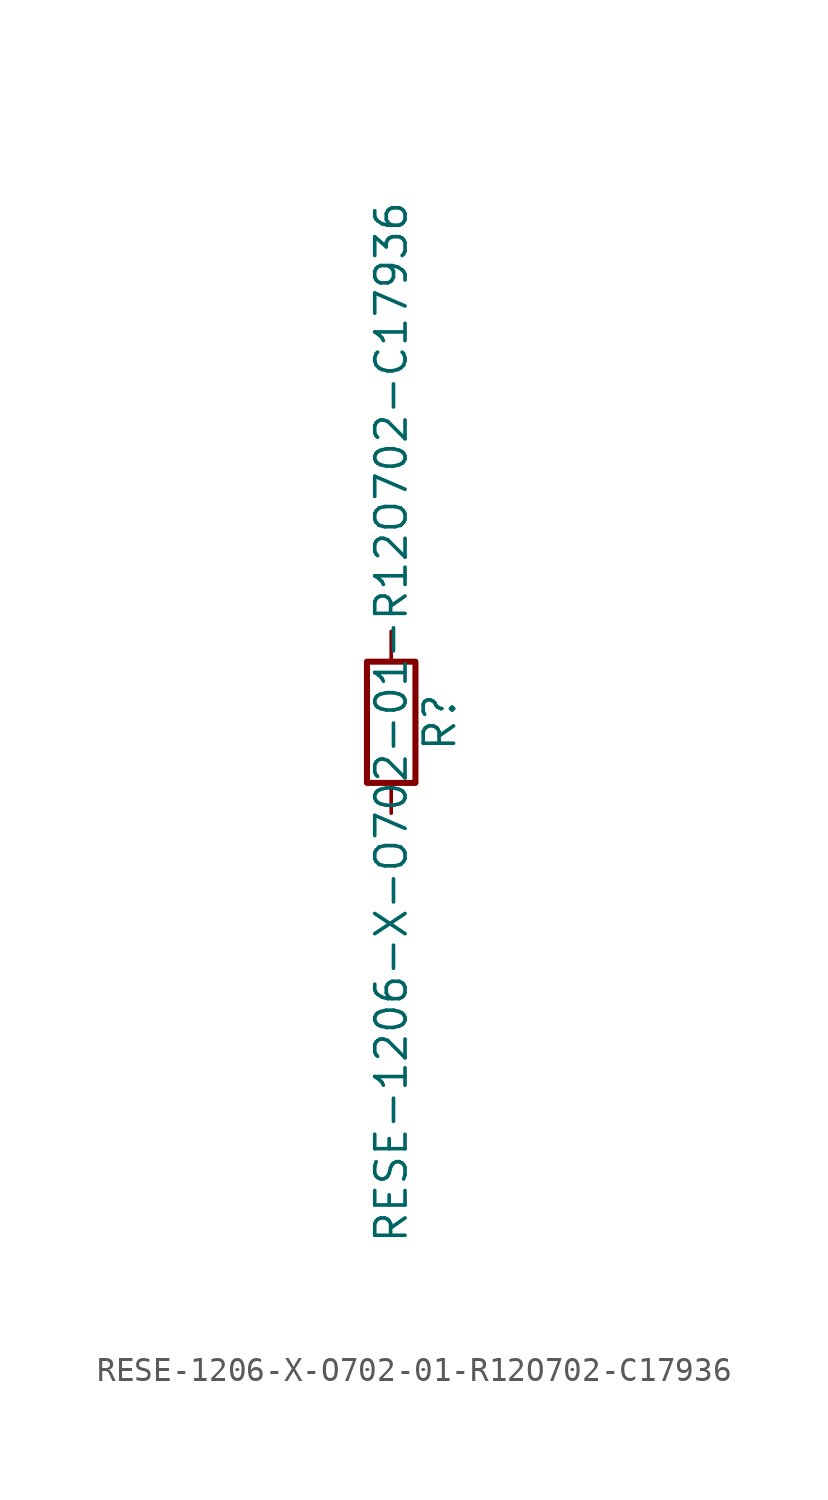
<source format=kicad_sym>
(kicad_symbol_lib
  (version 20211014)
  (generator kicad_symbol_editor)
  (symbol "RESE-1206-X-O702-01-R12O702-C17936"
    (pin_numbers hide)
    (pin_names
      (offset 0))
    (property "Reference" "R"
      (at 2.032 0 90)
      (effects (font (size 1.27 1.27))))
    (property "Value" "RESE-1206-X-O702-01-R12O702-C17936"
      (at 0 0 90)
      (effects (font (size 1.27 1.27))))
    (symbol "RESE-1206-X-O702-01-R12O702-C17936_0_1"
      (rectangle (start -1.016 -2.54) (end 1.016 2.54) (stroke (width 0.254) (type default) (color 0 0 0 0)) (fill (type none))))
    (symbol "RESE-1206-X-O702-01-R12O702-C17936_1_1"
      (pin passive line (at 0 3.81 270) (length 1.27) (name "~" (effects (font (size 1.27 1.27)))) (number "1" (effects (font (size 1.27 1.27)))))
      (pin passive line (at 0 -3.81 90) (length 1.27) (name "~" (effects (font (size 1.27 1.27)))) (number "2" (effects (font (size 1.27 1.27))))))))
</source>
